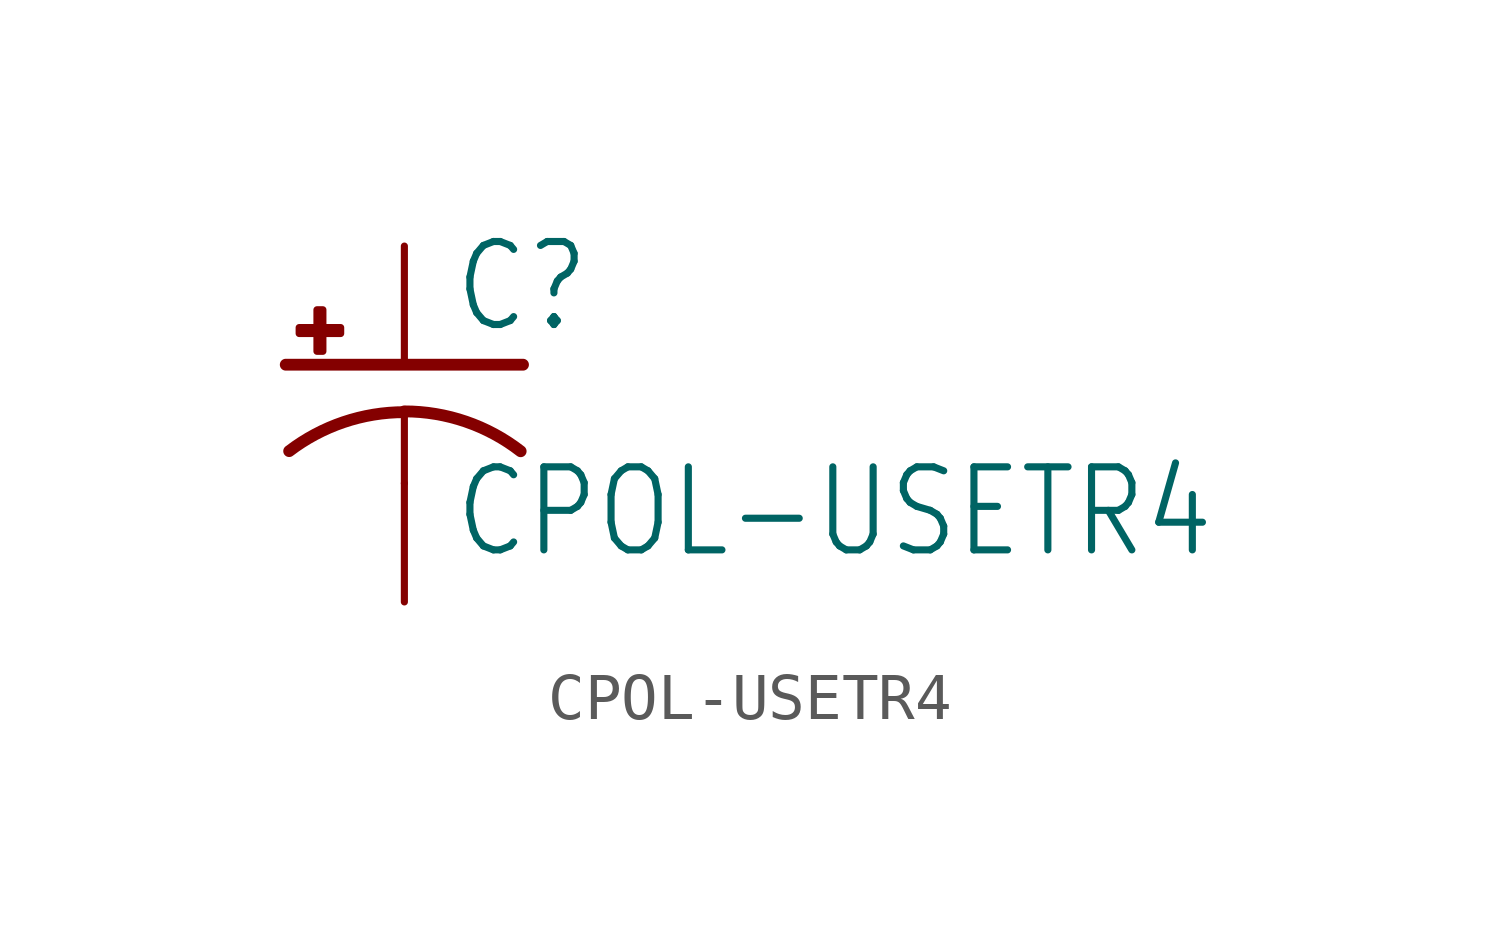
<source format=kicad_sym>
(kicad_symbol_lib
  (version 20220331)
  (generator kicad_symbol_editor)
  (symbol "CPOL-USETR4"
    (property "Reference" "C"
      (at 1.016 0.635 0)
      (effects (font (size 1.778 1.511)) (justify left bottom)))
    (property "Value" "CPOL-USETR4"
      (at 1.016 -4.191 0)
      (effects (font (size 1.778 1.511)) (justify left bottom)))
    (property "ki_locked" ""
      (at 0 0 0)
      (effects (font (size 1.27 1.27))))
    (symbol "CPOL-USETR4_1_0"
      (rectangle (start -2.253 0.668) (end -1.364 0.795) (stroke (width 0) (type default)) (fill (type outline)))
      (rectangle (start -1.872 0.287) (end -1.745 1.176) (stroke (width 0) (type default)) (fill (type outline)))
      (arc (start 0 -1.0161) (mid -1.3021 -1.2302) (end -2.4669 -1.8504) (stroke (width 0.254) (type solid)) (fill (type none)))
      (polyline (pts (xy -2.54 0) (xy 2.54 0)) (stroke (width 0.254) (type solid)) (fill (type none)))
      (polyline (pts (xy 0 -1.016) (xy 0 -2.54)) (stroke (width 0.152) (type solid)) (fill (type none)))
      (arc (start 2.4892 -1.8542) (mid 1.3158 -1.2195) (end 0 -1) (stroke (width 0.254) (type solid)) (fill (type none)))
      (pin passive line (at 0 2.54 270) (length 2.54) (name "+" (effects (font (size 0 0)))) (number "+" (effects (font (size 0 0)))))
      (pin passive line (at 0 -5.08 90) (length 2.54) (name "-" (effects (font (size 0 0)))) (number "-" (effects (font (size 0 0))))))))
</source>
